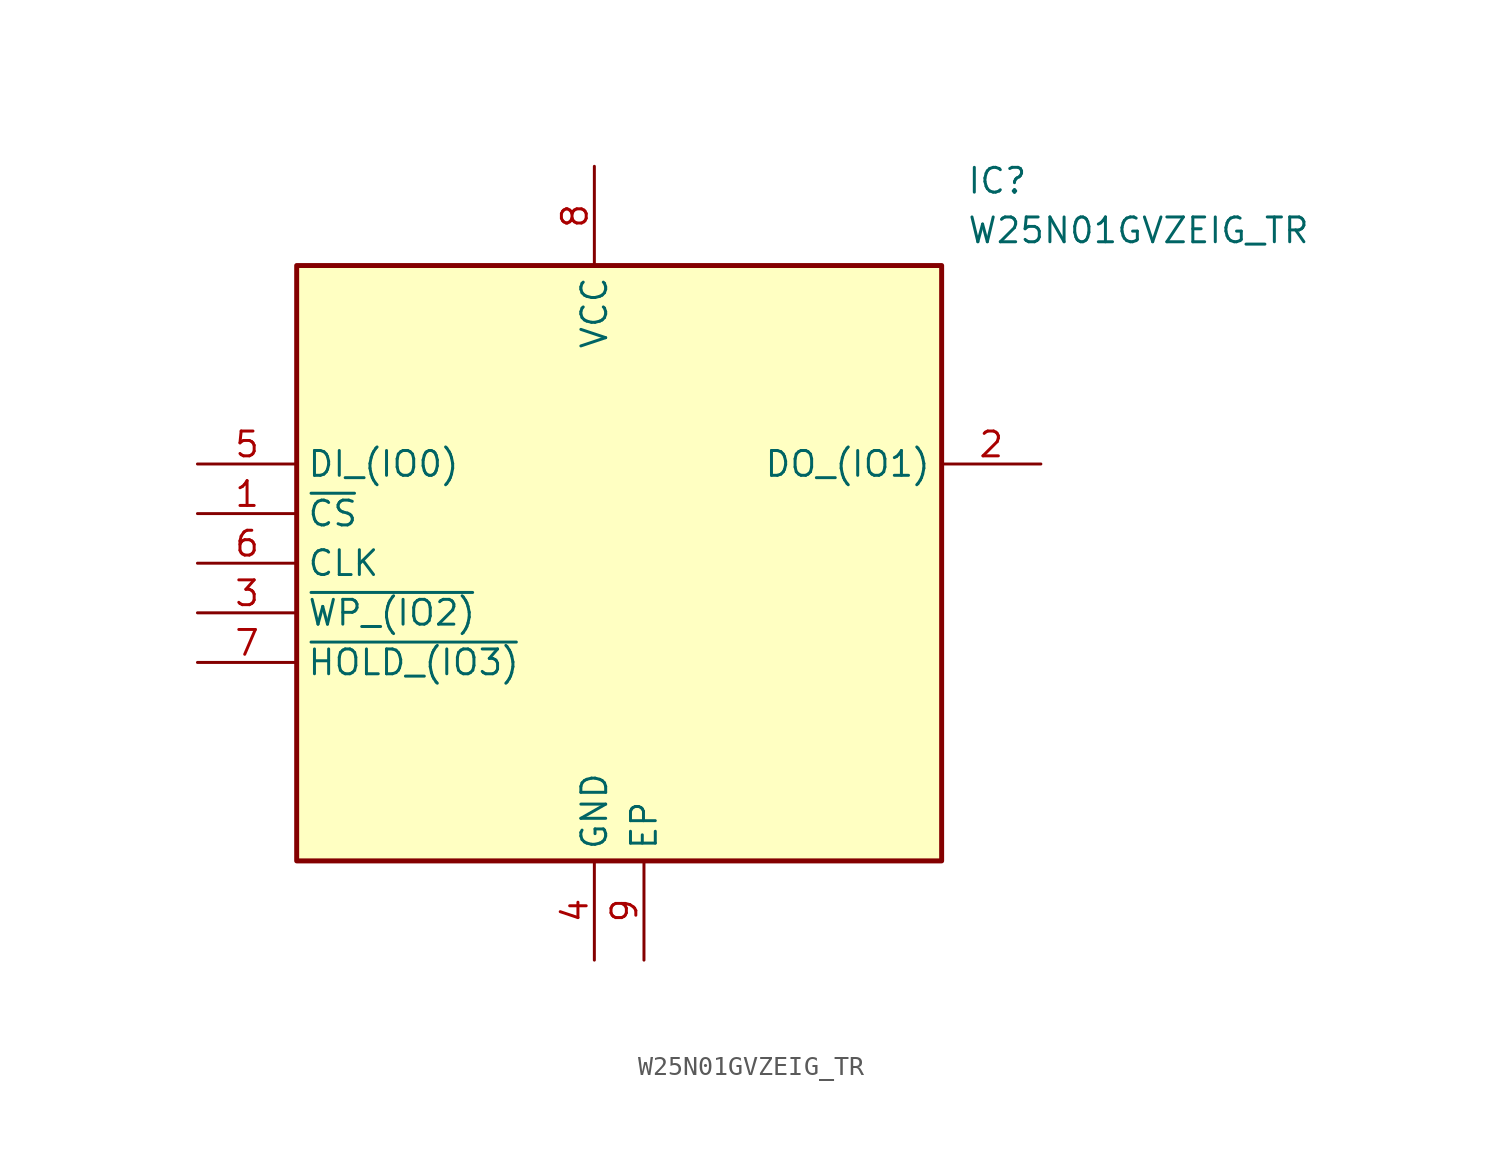
<source format=kicad_sym>
(kicad_symbol_lib
  (version 20211014)
  (generator SamacSys_ECAD_Model)
  (symbol "W25N01GVZEIG_TR"
    (property "Reference" "IC"
      (at 39.37 15.24 0)
      (effects (font (size 1.27 1.27)) (justify left top)))
    (property "Value" "W25N01GVZEIG_TR"
      (at 39.37 12.7 0)
      (effects (font (size 1.27 1.27)) (justify left top)))
    (rectangle
      (start 5.08 10.16)
      (end 38.1 -20.32)
      (stroke (width 0.254) (type default))
      (fill (type background)))
    (pin passive line
      (at 0 -2.54 0)
      (length 5.08)
      (name "~{CS}" (effects (font (size 1.27 1.27))))
      (number "1" (effects (font (size 1.27 1.27)))))
    (pin passive line
      (at 43.18 0 180)
      (length 5.08)
      (name "DO_(IO1)" (effects (font (size 1.27 1.27))))
      (number "2" (effects (font (size 1.27 1.27)))))
    (pin passive line
      (at 0 -7.62 0)
      (length 5.08)
      (name "~{WP_(IO2)}" (effects (font (size 1.27 1.27))))
      (number "3" (effects (font (size 1.27 1.27)))))
    (pin passive line
      (at 20.32 -25.4 90)
      (length 5.08)
      (name "GND" (effects (font (size 1.27 1.27))))
      (number "4" (effects (font (size 1.27 1.27)))))
    (pin passive line
      (at 0 0 0)
      (length 5.08)
      (name "DI_(IO0)" (effects (font (size 1.27 1.27))))
      (number "5" (effects (font (size 1.27 1.27)))))
    (pin passive line
      (at 0 -5.08 0)
      (length 5.08)
      (name "CLK" (effects (font (size 1.27 1.27))))
      (number "6" (effects (font (size 1.27 1.27)))))
    (pin passive line
      (at 0 -10.16 0)
      (length 5.08)
      (name "~{HOLD_(IO3)}" (effects (font (size 1.27 1.27))))
      (number "7" (effects (font (size 1.27 1.27)))))
    (pin passive line
      (at 20.32 15.24 270)
      (length 5.08)
      (name "VCC" (effects (font (size 1.27 1.27))))
      (number "8" (effects (font (size 1.27 1.27)))))
    (pin passive line
      (at 22.86 -25.4 90)
      (length 5.08)
      (name "EP" (effects (font (size 1.27 1.27))))
      (number "9" (effects (font (size 1.27 1.27)))))))
</source>
